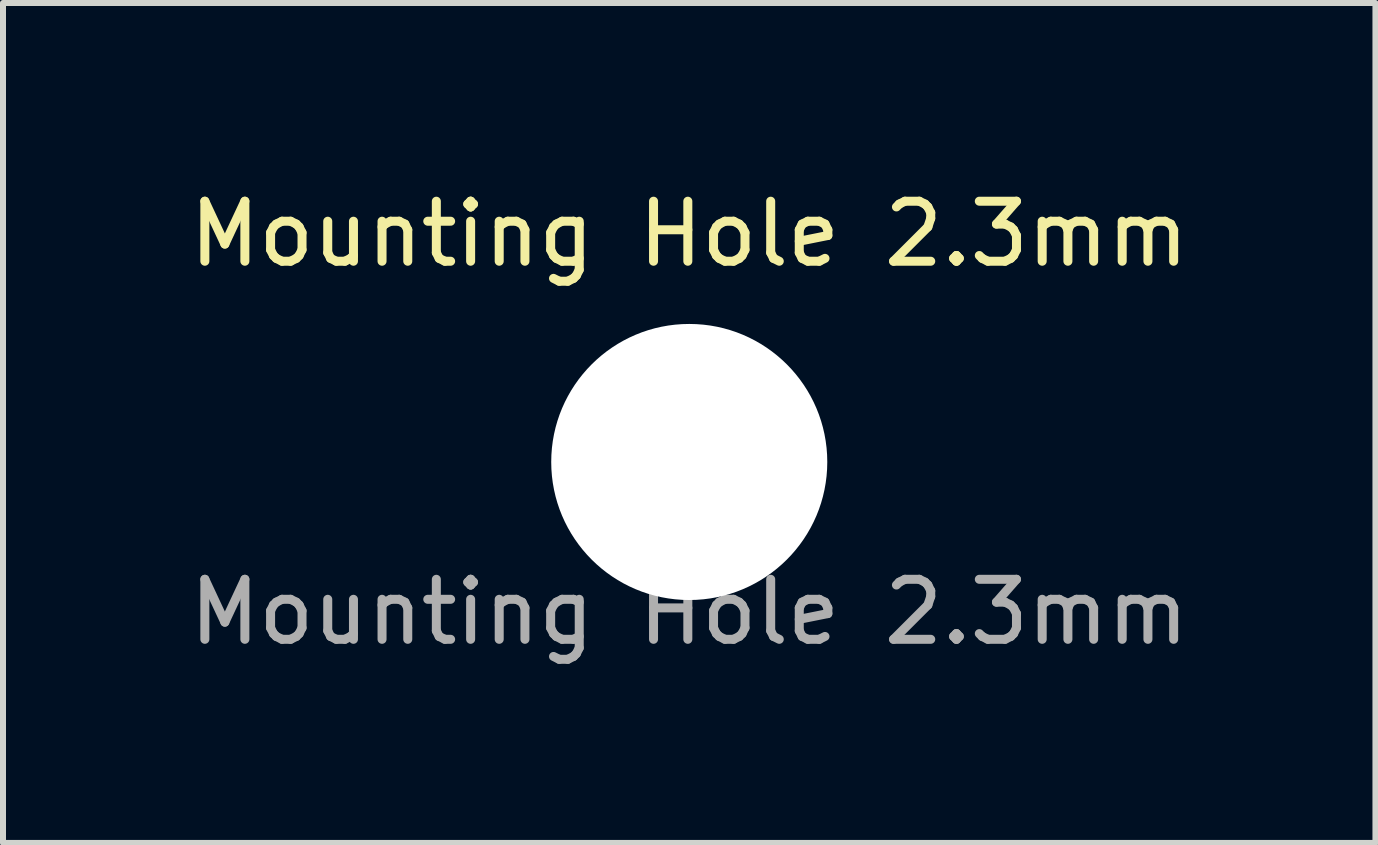
<source format=kicad_pcb>
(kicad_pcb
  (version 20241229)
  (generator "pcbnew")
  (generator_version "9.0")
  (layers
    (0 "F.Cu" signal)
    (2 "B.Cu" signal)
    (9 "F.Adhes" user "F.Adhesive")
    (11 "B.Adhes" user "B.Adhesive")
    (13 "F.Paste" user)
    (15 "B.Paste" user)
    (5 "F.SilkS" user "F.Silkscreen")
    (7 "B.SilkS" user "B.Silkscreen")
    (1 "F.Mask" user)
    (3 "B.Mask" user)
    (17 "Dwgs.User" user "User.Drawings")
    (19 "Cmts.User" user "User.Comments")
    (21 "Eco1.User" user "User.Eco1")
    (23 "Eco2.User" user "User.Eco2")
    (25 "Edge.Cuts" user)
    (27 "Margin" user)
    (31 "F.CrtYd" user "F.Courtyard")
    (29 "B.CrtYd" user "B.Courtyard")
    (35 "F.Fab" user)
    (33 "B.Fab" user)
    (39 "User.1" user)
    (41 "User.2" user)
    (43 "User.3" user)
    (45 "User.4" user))
  (footprint "Mounting Hole 2.3mm"
    (layer "F.Cu")
    (at 8.435 4.648)
    (property "Reference" "Mounting Hole 2.3mm" (at 0 -3.8 0) (unlocked yes) (layer "F.SilkS") (effects (font (size 1 1) (thickness 0.15))))
    (attr through_hole)
    (fp_text user "${REFERENCE}" (at 0 2.5 0) (unlocked yes) (layer "F.Fab") (effects (font (size 1 1) (thickness 0.15))))
    (pad "" np_thru_hole circle (at 0 0) (size 4.6 4.6) (drill 4.6) (layers "*.Cu" "*.Mask")))
  (gr_rect
    (start -3 -3)
    (end 19.869 10.996)
    (stroke (width 0.1) (type default))
    (fill no)
    (layer "Edge.Cuts")))
</source>
